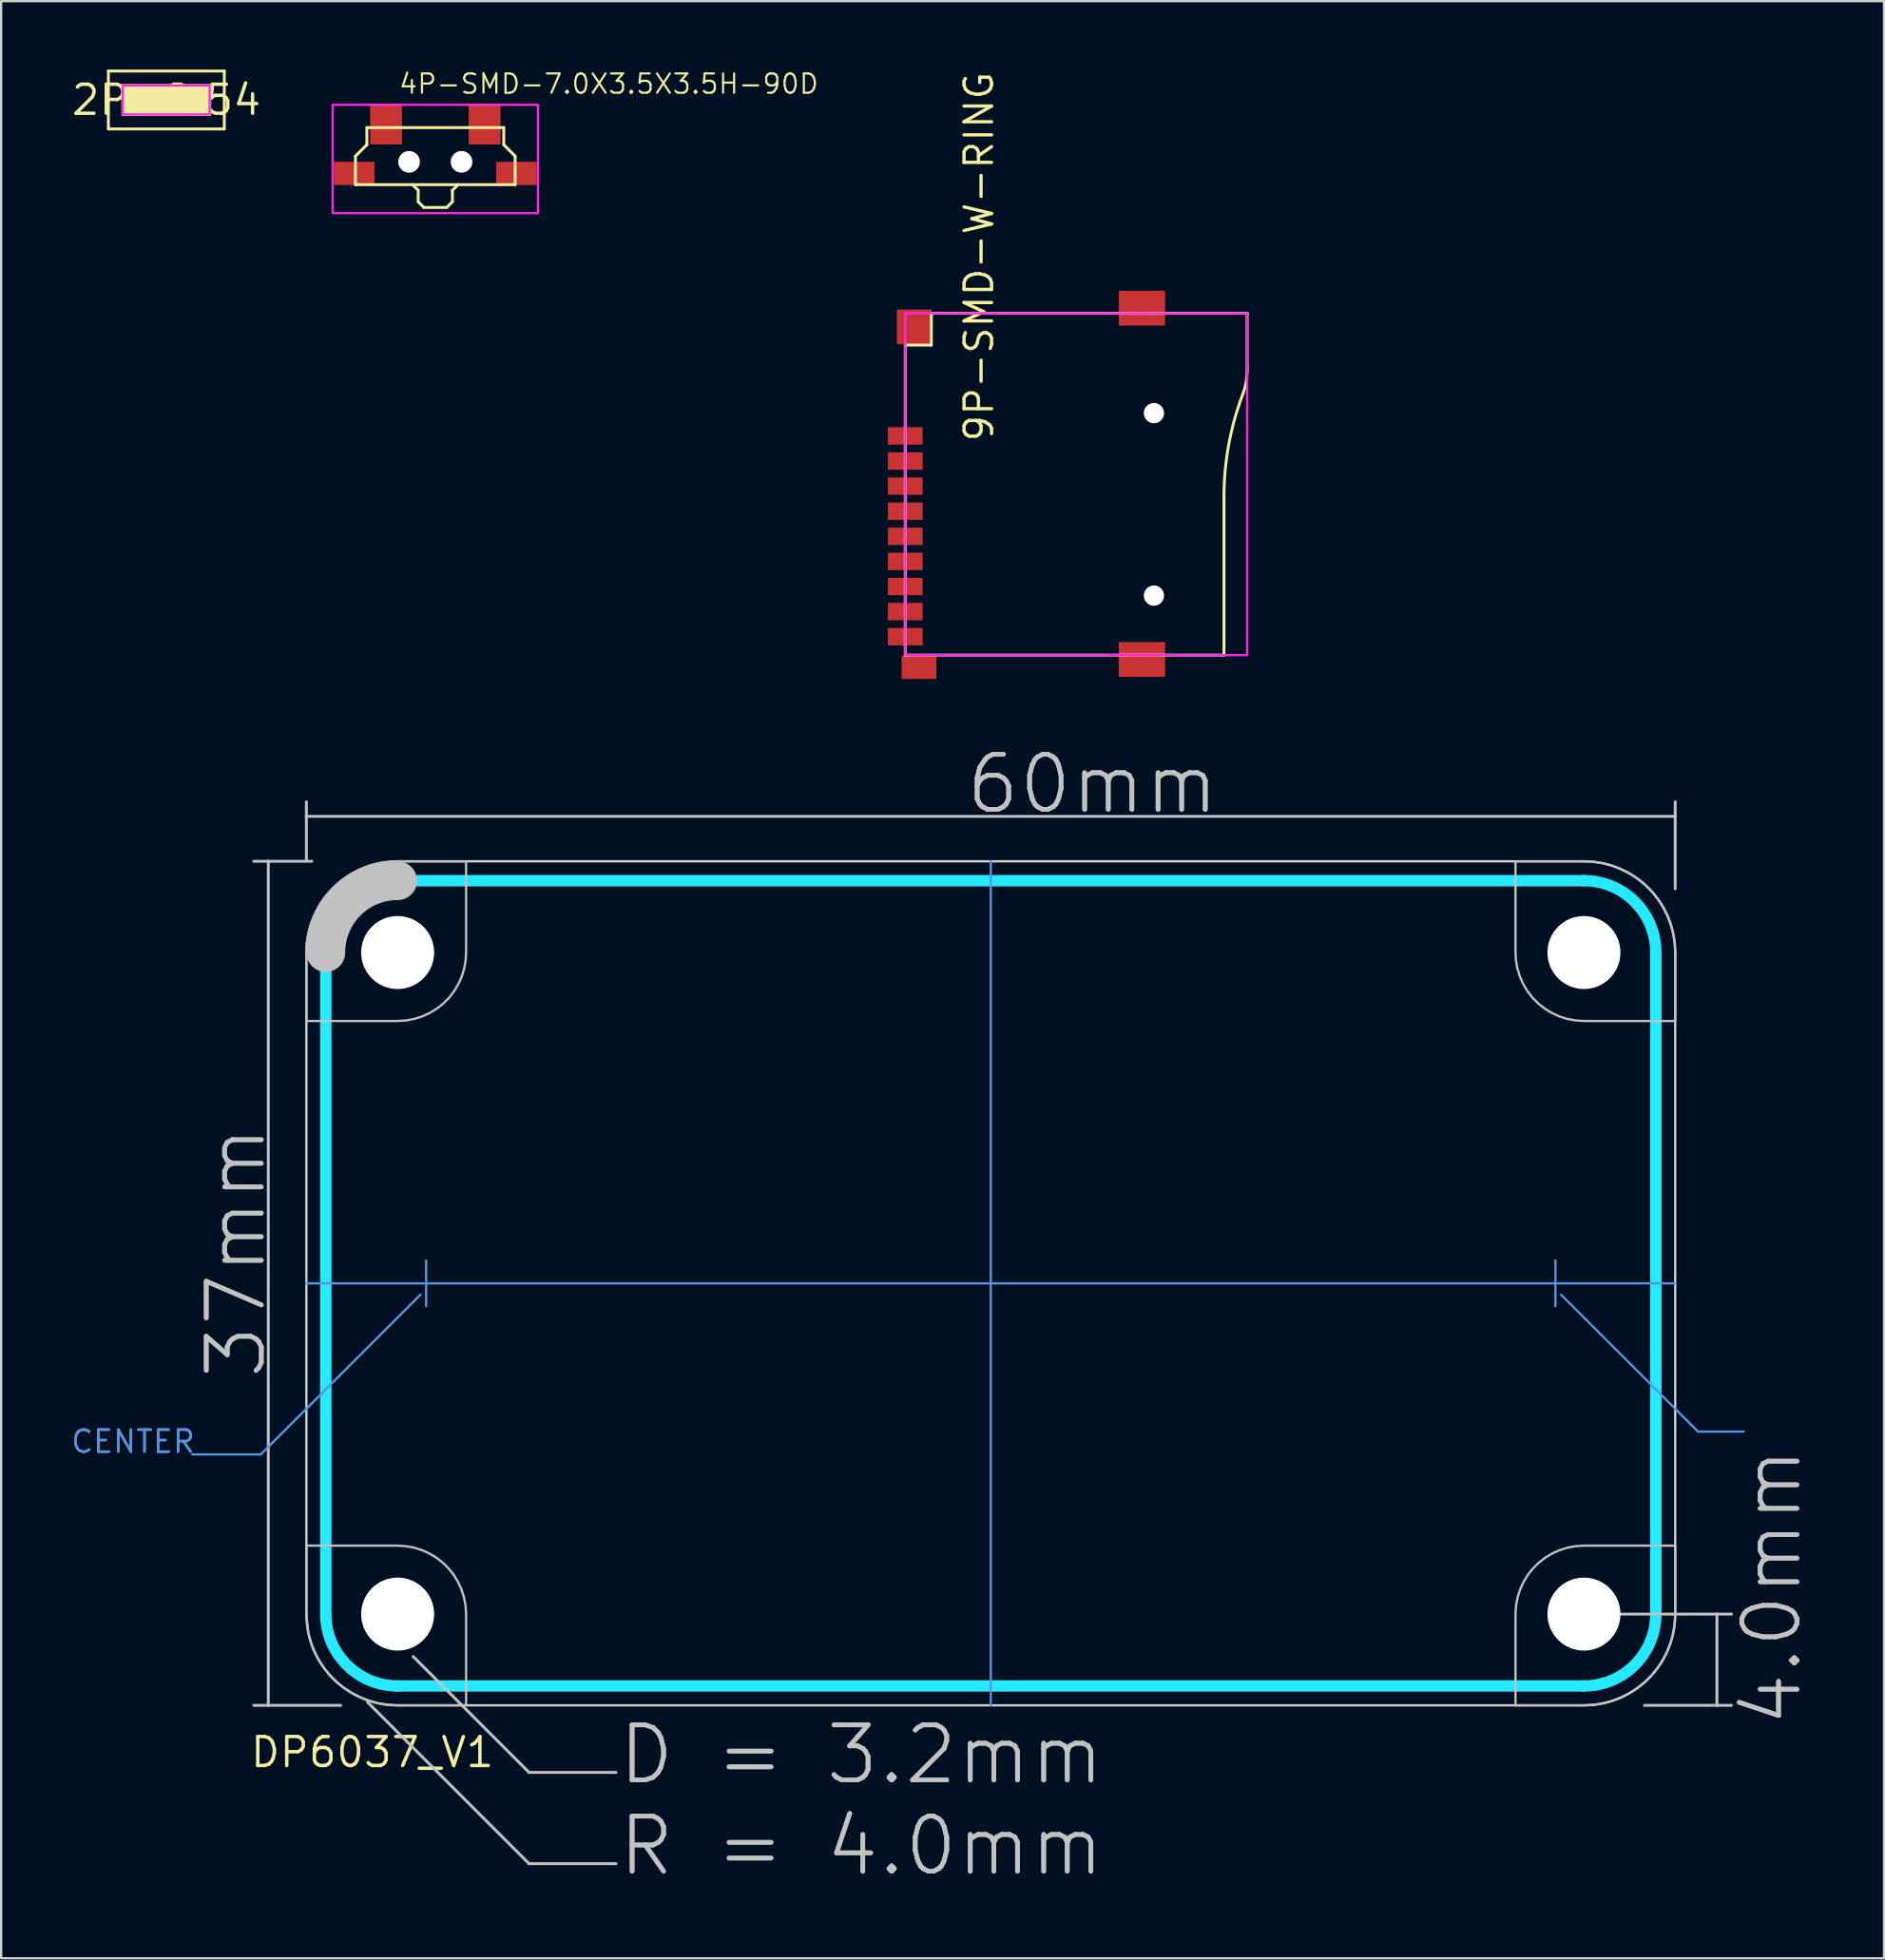
<source format=kicad_pcb>
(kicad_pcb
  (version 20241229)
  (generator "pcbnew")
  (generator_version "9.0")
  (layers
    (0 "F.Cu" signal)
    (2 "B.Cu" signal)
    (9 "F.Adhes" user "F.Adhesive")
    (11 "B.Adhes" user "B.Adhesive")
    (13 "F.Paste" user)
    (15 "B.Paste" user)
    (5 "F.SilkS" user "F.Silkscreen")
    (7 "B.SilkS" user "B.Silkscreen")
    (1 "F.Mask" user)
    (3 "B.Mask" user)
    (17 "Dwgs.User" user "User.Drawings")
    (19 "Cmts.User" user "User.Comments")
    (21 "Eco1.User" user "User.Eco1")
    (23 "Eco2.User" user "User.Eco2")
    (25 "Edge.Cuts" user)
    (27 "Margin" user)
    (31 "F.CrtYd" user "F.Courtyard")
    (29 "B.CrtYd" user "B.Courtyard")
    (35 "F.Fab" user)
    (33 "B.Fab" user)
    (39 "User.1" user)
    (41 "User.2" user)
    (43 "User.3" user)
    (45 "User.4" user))
  (footprint "DP6037_V1"
    (layer "F.Cu")
    (at 10.38 71.705)
    (property "Reference" "DP6037_V1" (at 2.889 2.056 0) (layer "F.SilkS") (effects (font (size 1.27 1.27) (thickness 0.15))))
    (attr through_hole exclude_from_pos_files exclude_from_bom)
    (fp_line (start -2.305 -37) (end -1.67 -37) (stroke (width 0.127) (type solid)) (layer "Dwgs.User"))
    (fp_line (start -2.305 0) (end -1.67 0) (stroke (width 0.127) (type solid)) (layer "Dwgs.User"))
    (fp_line (start -1.67 -37) (end 0.235 -37) (stroke (width 0.127) (type solid)) (layer "Dwgs.User"))
    (fp_line (start -1.67 0) (end -1.67 -37) (stroke (width 0.127) (type solid)) (layer "Dwgs.User"))
    (fp_line (start -1.67 0) (end 1.505 0) (stroke (width 0.127) (type solid)) (layer "Dwgs.User"))
    (fp_line (start 0 -39.605) (end 0 -38.97) (stroke (width 0.127) (type solid)) (layer "Dwgs.User"))
    (fp_line (start 0 -38.97) (end 0 -37.065) (stroke (width 0.127) (type solid)) (layer "Dwgs.User"))
    (fp_line (start 0 -38.97) (end 60 -38.97) (stroke (width 0.127) (type solid)) (layer "Dwgs.User"))
    (fp_line (start 2.68 -0.14) (end 9.76 6.94) (stroke (width 0.127) (type solid)) (layer "Dwgs.User"))
    (fp_line (start 4.68 -2.14) (end 9.76 2.94) (stroke (width 0.127) (type solid)) (layer "Dwgs.User"))
    (fp_line (start 9.76 2.94) (end 13.57 2.94) (stroke (width 0.127) (type solid)) (layer "Dwgs.User"))
    (fp_line (start 9.76 6.94) (end 13.57 6.94) (stroke (width 0.127) (type solid)) (layer "Dwgs.User"))
    (fp_line (start 56 -4) (end 61.83 -4) (stroke (width 0.127) (type solid)) (layer "Dwgs.User"))
    (fp_line (start 58.655 0) (end 61.83 0) (stroke (width 0.127) (type solid)) (layer "Dwgs.User"))
    (fp_line (start 60 -39.605) (end 60 -38.97) (stroke (width 0.127) (type solid)) (layer "Dwgs.User"))
    (fp_line (start 60 -38.97) (end 60 -35.795) (stroke (width 0.127) (type solid)) (layer "Dwgs.User"))
    (fp_line (start 61.83 -4) (end 61.83 0) (stroke (width 0.127) (type solid)) (layer "Dwgs.User"))
    (fp_line (start 61.83 -4) (end 62.465 -4) (stroke (width 0.127) (type solid)) (layer "Dwgs.User"))
    (fp_line (start 61.83 0) (end 62.465 0) (stroke (width 0.127) (type solid)) (layer "Dwgs.User"))
    (fp_arc (start 0.85 -33) (mid 1.772614 -35.227386) (end 4 -36.15) (stroke (width 1.7) (type solid)) (layer "Dwgs.User"))
    (fp_poly (pts (xy 0 -7) (xy 4 -7) (xy 4.362 -6.978) (xy 4.718 -6.913) (xy 5.064 -6.805) (xy 5.394 -6.656) (xy 5.704 -6.469) (xy 5.989 -6.246) (xy 6.246 -5.989) (xy 6.469 -5.704) (xy 6.656 -5.394) (xy 6.805 -5.064) (xy 6.913 -4.718) (xy 6.978 -4.362) (xy 7 -4) (xy 7 0) (xy 4 0) (xy 3.582 -0.022) (xy 3.168 -0.087) (xy 2.764 -0.196) (xy 2.373 -0.346) (xy 2 -0.536) (xy 1.649 -0.764) (xy 1.323 -1.027) (xy 1.027 -1.323) (xy 0.764 -1.649) (xy 0.536 -2) (xy 0.346 -2.373) (xy 0.196 -2.764) (xy 0.087 -3.168) (xy 0 -4)) (stroke (width 0.1) (type solid)) (fill no) (layer "Dwgs.User"))
    (fp_poly (pts (xy 7 -37) (xy 7 -33) (xy 6.978 -32.638) (xy 6.913 -32.282) (xy 6.805 -31.936) (xy 6.656 -31.606) (xy 6.469 -31.296) (xy 6.246 -31.011) (xy 5.989 -30.754) (xy 5.704 -30.531) (xy 5.394 -30.344) (xy 5.064 -30.195) (xy 4.718 -30.087) (xy 4.362 -30.022) (xy 4 -30) (xy 0 -30) (xy 0 -33) (xy 0.022 -33.418) (xy 0.087 -33.832) (xy 0.196 -34.236) (xy 0.346 -34.627) (xy 0.536 -35) (xy 0.764 -35.351) (xy 1.027 -35.677) (xy 1.323 -35.973) (xy 1.649 -36.236) (xy 2 -36.464) (xy 2.373 -36.654) (xy 2.764 -36.804) (xy 3.168 -36.913) (xy 4 -37)) (stroke (width 0.1) (type solid)) (fill no) (layer "Dwgs.User"))
    (fp_poly (pts (xy 53 0) (xy 53 -4) (xy 53.022 -4.362) (xy 53.087 -4.718) (xy 53.195 -5.064) (xy 53.344 -5.394) (xy 53.531 -5.704) (xy 53.754 -5.989) (xy 54.011 -6.246) (xy 54.296 -6.469) (xy 54.606 -6.656) (xy 54.936 -6.805) (xy 55.282 -6.913) (xy 55.638 -6.978) (xy 56 -7) (xy 60 -7) (xy 60 -4) (xy 59.978 -3.582) (xy 59.913 -3.168) (xy 59.804 -2.764) (xy 59.654 -2.373) (xy 59.464 -2) (xy 59.236 -1.649) (xy 58.973 -1.323) (xy 58.677 -1.027) (xy 58.351 -0.764) (xy 58 -0.536) (xy 57.627 -0.346) (xy 57.236 -0.196) (xy 56.832 -0.087) (xy 56.418 -0.022) (xy 56 0)) (stroke (width 0.1) (type solid)) (fill no) (layer "Dwgs.User"))
    (fp_poly (pts (xy 60 -30) (xy 56 -30) (xy 55.638 -30.022) (xy 55.282 -30.087) (xy 54.936 -30.195) (xy 54.606 -30.344) (xy 54.296 -30.531) (xy 54.011 -30.754) (xy 53.754 -31.011) (xy 53.531 -31.296) (xy 53.344 -31.606) (xy 53.195 -31.936) (xy 53.087 -32.282) (xy 53.022 -32.638) (xy 53 -33) (xy 53 -37) (xy 56 -37) (xy 56.418 -36.978) (xy 56.832 -36.913) (xy 57.236 -36.804) (xy 57.627 -36.654) (xy 58 -36.464) (xy 58.351 -36.236) (xy 58.677 -35.973) (xy 58.973 -35.677) (xy 59.236 -35.351) (xy 59.464 -35) (xy 59.654 -34.627) (xy 59.804 -34.236) (xy 59.913 -33.832) (xy 59.978 -33.418) (xy 60 -33)) (stroke (width 0.1) (type solid)) (fill no) (layer "Dwgs.User"))
    (fp_line (start -2 -11) (end -5 -11) (stroke (width 0.1) (type solid)) (layer "Cmts.User"))
    (fp_line (start 0 -18.5) (end 60 -18.5) (stroke (width 0.1) (type solid)) (layer "Cmts.User"))
    (fp_line (start 5 -18) (end -2 -11) (stroke (width 0.1) (type solid)) (layer "Cmts.User"))
    (fp_line (start 5.25 -19.5) (end 5.25 -17.5) (stroke (width 0.1) (type solid)) (layer "Cmts.User"))
    (fp_line (start 30 -37) (end 30 0) (stroke (width 0.1) (type solid)) (layer "Cmts.User"))
    (fp_line (start 54.75 -19.5) (end 54.75 -17.5) (stroke (width 0.1) (type solid)) (layer "Cmts.User"))
    (fp_line (start 55 -18) (end 61 -12) (stroke (width 0.1) (type solid)) (layer "Cmts.User"))
    (fp_line (start 61 -12) (end 63 -12) (stroke (width 0.1) (type solid)) (layer "Cmts.User"))
    (fp_line (start 0 -33) (end 0 -4) (stroke (width 0.1) (type solid)) (layer "Edge.Cuts"))
    (fp_line (start 4 0) (end 56 0) (stroke (width 0.1) (type solid)) (layer "Edge.Cuts"))
    (fp_line (start 56 -37) (end 4 -37) (stroke (width 0.1) (type solid)) (layer "Edge.Cuts"))
    (fp_line (start 60 -4) (end 60 -33) (stroke (width 0.1) (type solid)) (layer "Edge.Cuts"))
    (fp_arc (start 0 -33) (mid 1.171573 -35.828427) (end 4 -37) (stroke (width 0.1) (type solid)) (layer "Edge.Cuts"))
    (fp_arc (start 4 0) (mid 1.171573 -1.171573) (end 0 -4) (stroke (width 0.1) (type solid)) (layer "Edge.Cuts"))
    (fp_arc (start 56 -37) (mid 58.828427 -35.828427) (end 60 -33) (stroke (width 0.1) (type solid)) (layer "Edge.Cuts"))
    (fp_arc (start 60 -4) (mid 58.828427 -1.171573) (end 56 0) (stroke (width 0.1) (type solid)) (layer "Edge.Cuts"))
    (fp_line (start 0.85 -4) (end 0.85 -33) (stroke (width 0.5) (type solid)) (layer "B.CrtYd"))
    (fp_line (start 4 -36.15) (end 56 -36.15) (stroke (width 0.5) (type solid)) (layer "B.CrtYd"))
    (fp_line (start 56 -0.85) (end 4 -0.85) (stroke (width 0.5) (type solid)) (layer "B.CrtYd"))
    (fp_line (start 59.15 -33) (end 59.15 -4) (stroke (width 0.5) (type solid)) (layer "B.CrtYd"))
    (fp_arc (start 0.85 -33) (mid 1.772614 -35.227386) (end 4 -36.15) (stroke (width 0.5) (type solid)) (layer "B.CrtYd"))
    (fp_arc (start 4 -0.85) (mid 1.772614 -1.772614) (end 0.85 -4) (stroke (width 0.5) (type solid)) (layer "B.CrtYd"))
    (fp_arc (start 56 -36.15) (mid 58.227386 -35.227386) (end 59.15 -33) (stroke (width 0.5) (type solid)) (layer "B.CrtYd"))
    (fp_arc (start 59.15 -4) (mid 58.227386 -1.772614) (end 56 -0.85) (stroke (width 0.5) (type solid)) (layer "B.CrtYd"))
    (fp_text user "D = 3.2mm" (at 13.57 3.575 0) (layer "Dwgs.User") (effects (font (size 2.413 2.413) (thickness 0.203)) (justify left bottom)))
    (fp_text user "37mm" (at -1.67 -14.205 90) (layer "Dwgs.User") (effects (font (size 2.413 2.413) (thickness 0.203)) (justify left bottom)))
    (fp_text user "R = 4.0mm" (at 13.57 7.575 0) (layer "Dwgs.User") (effects (font (size 2.413 2.413) (thickness 0.203)) (justify left bottom)))
    (fp_text user "4.0mm" (at 65.64 1.035 90) (layer "Dwgs.User") (effects (font (size 2.413 2.413) (thickness 0.203)) (justify left bottom)))
    (fp_text user "D = 3.2mm" (at 13.57 3.575 0) (layer "Dwgs.User") (effects (font (size 2.413 2.413) (thickness 0.203)) (justify left bottom)))
    (fp_text user "60mm" (at 28.81 -38.97 0) (layer "Dwgs.User") (effects (font (size 2.413 2.413) (thickness 0.203)) (justify left bottom)))
    (fp_text user "37mm" (at -1.67 -14.205 90) (layer "Dwgs.User") (effects (font (size 2.413 2.413) (thickness 0.203)) (justify left bottom)))
    (fp_text user "60mm" (at 28.81 -38.97 0) (layer "Dwgs.User") (effects (font (size 2.413 2.413) (thickness 0.203)) (justify left bottom)))
    (fp_text user "R = 4.0mm" (at 13.57 7.575 0) (layer "Dwgs.User") (effects (font (size 2.413 2.413) (thickness 0.203)) (justify left bottom)))
    (fp_text user "4.0mm" (at 65.64 1.035 90) (layer "Dwgs.User") (effects (font (size 2.413 2.413) (thickness 0.203)) (justify left bottom)))
    (fp_text user "CENTER" (at -10.38 -11 0) (layer "Cmts.User") (effects (font (size 0.965 0.965) (thickness 0.102)) (justify left bottom)))
    (fp_text user "CENTER" (at -10.38 -11 0) (layer "Cmts.User") (effects (font (size 0.965 0.965) (thickness 0.102)) (justify left bottom)))
    (fp_text user "CENTER" (at -10.38 -11 0) (layer "Cmts.User") (effects (font (size 0.965 0.965) (thickness 0.102)) (justify left bottom)))
    (pad "" np_thru_hole circle (at 4 -33) (size 3.2 3.2) (drill 3.2) (layers "*.Cu" "*.Mask"))
    (pad "" np_thru_hole circle (at 4 -4) (size 3.2 3.2) (drill 3.2) (layers "*.Cu" "*.Mask"))
    (pad "" np_thru_hole circle (at 56 -33) (size 3.2 3.2) (drill 3.2) (layers "*.Cu" "*.Mask"))
    (pad "" np_thru_hole circle (at 56 -4) (size 3.2 3.2) (drill 3.2) (layers "*.Cu" "*.Mask")))
  (footprint "2P-2.54"
    (layer "F.Cu")
    (at 4.241 1.333)
    (property "Reference" "2P-2.54" (at 0 0 0) (layer "F.SilkS") (effects (font (size 1.27 1.27) (thickness 0.15))))
    (attr through_hole)
    (fp_line (start -2.54 -1.27) (end 2.54 -1.27) (stroke (width 0.127) (type solid)) (layer "F.SilkS"))
    (fp_line (start -2.54 1.27) (end -2.54 -1.27) (stroke (width 0.127) (type solid)) (layer "F.SilkS"))
    (fp_line (start -1.905 -0.635) (end 1.905 -0.635) (stroke (width 0.127) (type solid)) (layer "F.SilkS"))
    (fp_line (start -1.905 0.635) (end -1.905 -0.635) (stroke (width 0.127) (type solid)) (layer "F.SilkS"))
    (fp_line (start 1.905 -0.635) (end 1.905 0.635) (stroke (width 0.127) (type solid)) (layer "F.SilkS"))
    (fp_line (start 1.905 0.635) (end -1.905 0.635) (stroke (width 0.127) (type solid)) (layer "F.SilkS"))
    (fp_line (start 2.54 -1.27) (end 2.54 1.27) (stroke (width 0.127) (type solid)) (layer "F.SilkS"))
    (fp_line (start 2.54 1.27) (end -2.54 1.27) (stroke (width 0.127) (type solid)) (layer "F.SilkS"))
    (fp_poly (pts (xy -1.905 -0.635) (xy 1.905 -0.635) (xy 1.905 0.635) (xy -1.905 0.635)) (stroke (width 0) (type solid)) (fill yes) (layer "F.SilkS"))
    (fp_poly (pts (xy -1.91 -0.635) (xy 1.9 -0.635) (xy 1.9 0.635) (xy -1.91 0.635)) (stroke (width 0.1) (type solid)) (fill no) (layer "F.CrtYd")))
  (footprint "9P-SMD-W-RING"
    (layer "F.Cu")
    (at 44.124 18.173)
    (property "Reference" "9P-SMD-W-RING" (at -3.556 -1.778 90) (layer "F.SilkS") (effects (font (size 1.206 1.206) (thickness 0.145)) (justify left bottom)))
    (attr smd)
    (fp_line (start -7.493 -6.096) (end -6.35 -6.096) (stroke (width 0.127) (type solid)) (layer "F.SilkS"))
    (fp_line (start -7.493 7.493) (end -7.493 -6.096) (stroke (width 0.127) (type solid)) (layer "F.SilkS"))
    (fp_line (start -6.35 -7.493) (end 7.493 -7.493) (stroke (width 0.127) (type solid)) (layer "F.SilkS"))
    (fp_line (start -6.35 -6.096) (end -6.35 -7.493) (stroke (width 0.127) (type solid)) (layer "F.SilkS"))
    (fp_line (start 6.477 0.559) (end 6.477 7.493) (stroke (width 0.127) (type solid)) (layer "F.SilkS"))
    (fp_line (start 6.477 7.493) (end -7.493 7.493) (stroke (width 0.127) (type solid)) (layer "F.SilkS"))
    (fp_line (start 7.493 -7.493) (end 7.493 -4.962) (stroke (width 0.127) (type solid)) (layer "F.SilkS"))
    (fp_arc (start 6.477 0.5591) (mid 6.686735 -1.739408) (end 7.309 -3.962) (stroke (width 0.127) (type solid)) (layer "F.SilkS"))
    (fp_arc (start 7.493 -4.9619) (mid 7.44662 -4.453555) (end 7.309 -3.962) (stroke (width 0.127) (type solid)) (layer "F.SilkS"))
    (fp_poly (pts (xy -7.493 7.493) (xy 7.493 7.493) (xy 7.493 -7.493) (xy -7.493 -7.493)) (stroke (width 0.1) (type solid)) (fill no) (layer "F.CrtYd"))
    (pad "" np_thru_hole circle (at 3.407 -3.114) (size 0.889 0.889) (drill 0.889) (layers "*.Cu" "*.Mask"))
    (pad "" np_thru_hole circle (at 3.407 4.886) (size 0.889 0.889) (drill 0.889) (layers "*.Cu" "*.Mask"))
    (pad "1" smd rect (at -7.493 -2.114) (size 1.524 0.762) (layers "F.Cu" "F.Mask" "F.Paste"))
    (pad "2" smd rect (at -7.493 -1.014) (size 1.524 0.762) (layers "F.Cu" "F.Mask" "F.Paste"))
    (pad "3" smd rect (at -7.493 0.086) (size 1.524 0.762) (layers "F.Cu" "F.Mask" "F.Paste"))
    (pad "4" smd rect (at -7.493 1.186) (size 1.524 0.762) (layers "F.Cu" "F.Mask" "F.Paste"))
    (pad "5" smd rect (at -7.493 2.286) (size 1.524 0.762) (layers "F.Cu" "F.Mask" "F.Paste"))
    (pad "6" smd rect (at -7.493 3.386) (size 1.524 0.762) (layers "F.Cu" "F.Mask" "F.Paste"))
    (pad "7" smd rect (at -7.493 4.486) (size 1.524 0.762) (layers "F.Cu" "F.Mask" "F.Paste"))
    (pad "8" smd rect (at -7.493 5.586) (size 1.524 0.762) (layers "F.Cu" "F.Mask" "F.Paste"))
    (pad "9" smd rect (at -7.493 6.686) (size 1.524 0.762) (layers "F.Cu" "F.Mask" "F.Paste"))
    (pad "G1" smd rect (at -6.893 8.032) (size 1.524 1.016) (layers "F.Cu" "F.Mask" "F.Paste"))
    (pad "G2" smd rect (at 2.88 7.686) (size 2.032 1.524) (layers "F.Cu" "F.Mask" "F.Paste"))
    (pad "G3" smd rect (at 2.88 -7.714) (size 2.032 1.524) (layers "F.Cu" "F.Mask" "F.Paste"))
    (pad "G4" smd rect (at -7.101 -6.895) (size 1.524 1.524) (layers "F.Cu" "F.Mask" "F.Paste")))
  (footprint "4P-SMD-7.0X3.5X3.5H-90D"
    (layer "F.Cu")
    (at 16.031 4.044)
    (property "Reference" "4P-SMD-7.0X3.5X3.5H-90D" (at -1.651 -2.921 0) (layer "F.SilkS") (effects (font (size 0.845 0.845) (thickness 0.093)) (justify left bottom)))
    (attr smd)
    (fp_line (start -3.5 -0.25) (end -3 -0.75) (stroke (width 0.127) (type solid)) (layer "F.SilkS"))
    (fp_line (start -3.5 1) (end -3.5 -0.25) (stroke (width 0.127) (type solid)) (layer "F.SilkS"))
    (fp_line (start -3.5 1) (end -1 1) (stroke (width 0.127) (type solid)) (layer "F.SilkS"))
    (fp_line (start -3 -1.5) (end 3 -1.5) (stroke (width 0.127) (type solid)) (layer "F.SilkS"))
    (fp_line (start -3 -0.75) (end -3 -1.5) (stroke (width 0.127) (type solid)) (layer "F.SilkS"))
    (fp_line (start -1 1) (end -0.75 1.25) (stroke (width 0.127) (type solid)) (layer "F.SilkS"))
    (fp_line (start -0.75 1.25) (end -0.75 1.75) (stroke (width 0.127) (type solid)) (layer "F.SilkS"))
    (fp_line (start -0.75 1.75) (end -0.5 2) (stroke (width 0.127) (type solid)) (layer "F.SilkS"))
    (fp_line (start -0.5 2) (end 0.5 2) (stroke (width 0.127) (type solid)) (layer "F.SilkS"))
    (fp_line (start 0.5 2) (end 0.75 1.75) (stroke (width 0.127) (type solid)) (layer "F.SilkS"))
    (fp_line (start 0.75 1.25) (end 1 1) (stroke (width 0.127) (type solid)) (layer "F.SilkS"))
    (fp_line (start 0.75 1.75) (end 0.75 1.25) (stroke (width 0.127) (type solid)) (layer "F.SilkS"))
    (fp_line (start 1 1) (end -1 1) (stroke (width 0.127) (type solid)) (layer "F.SilkS"))
    (fp_line (start 3 -1.5) (end 3 -0.75) (stroke (width 0.127) (type solid)) (layer "F.SilkS"))
    (fp_line (start 3 -0.75) (end 3.5 -0.25) (stroke (width 0.127) (type solid)) (layer "F.SilkS"))
    (fp_line (start 3.5 -0.25) (end 3.5 1) (stroke (width 0.127) (type solid)) (layer "F.SilkS"))
    (fp_line (start 3.5 1) (end 1 1) (stroke (width 0.127) (type solid)) (layer "F.SilkS"))
    (fp_poly (pts (xy 4.5 2.25) (xy -4.5 2.25) (xy -4.5 -2.5) (xy 4.5 -2.5)) (stroke (width 0.1) (type solid)) (fill no) (layer "F.CrtYd"))
    (pad "" np_thru_hole circle (at -1.15 0) (size 0.95 0.95) (drill 0.95) (layers "*.Cu" "*.Mask"))
    (pad "" np_thru_hole circle (at 1.15 0) (size 0.95 0.95) (drill 0.95) (layers "*.Cu" "*.Mask"))
    (pad "1" smd rect (at -2.159 -1.651 90) (size 1.778 1.397) (layers "F.Cu" "F.Mask" "F.Paste"))
    (pad "2" smd rect (at 2.159 -1.651 90) (size 1.778 1.397) (layers "F.Cu" "F.Mask" "F.Paste"))
    (pad "S1" smd rect (at -3.556 0.508) (size 1.778 1.016) (layers "F.Cu" "F.Mask" "F.Paste"))
    (pad "S2" smd rect (at 3.556 0.508) (size 1.778 1.016) (layers "F.Cu" "F.Mask" "F.Paste")))
  (gr_rect
    (start -3 -3)
    (end 79.534 82.794)
    (stroke (width 0.1) (type default))
    (fill no)
    (layer "Edge.Cuts")))
</source>
